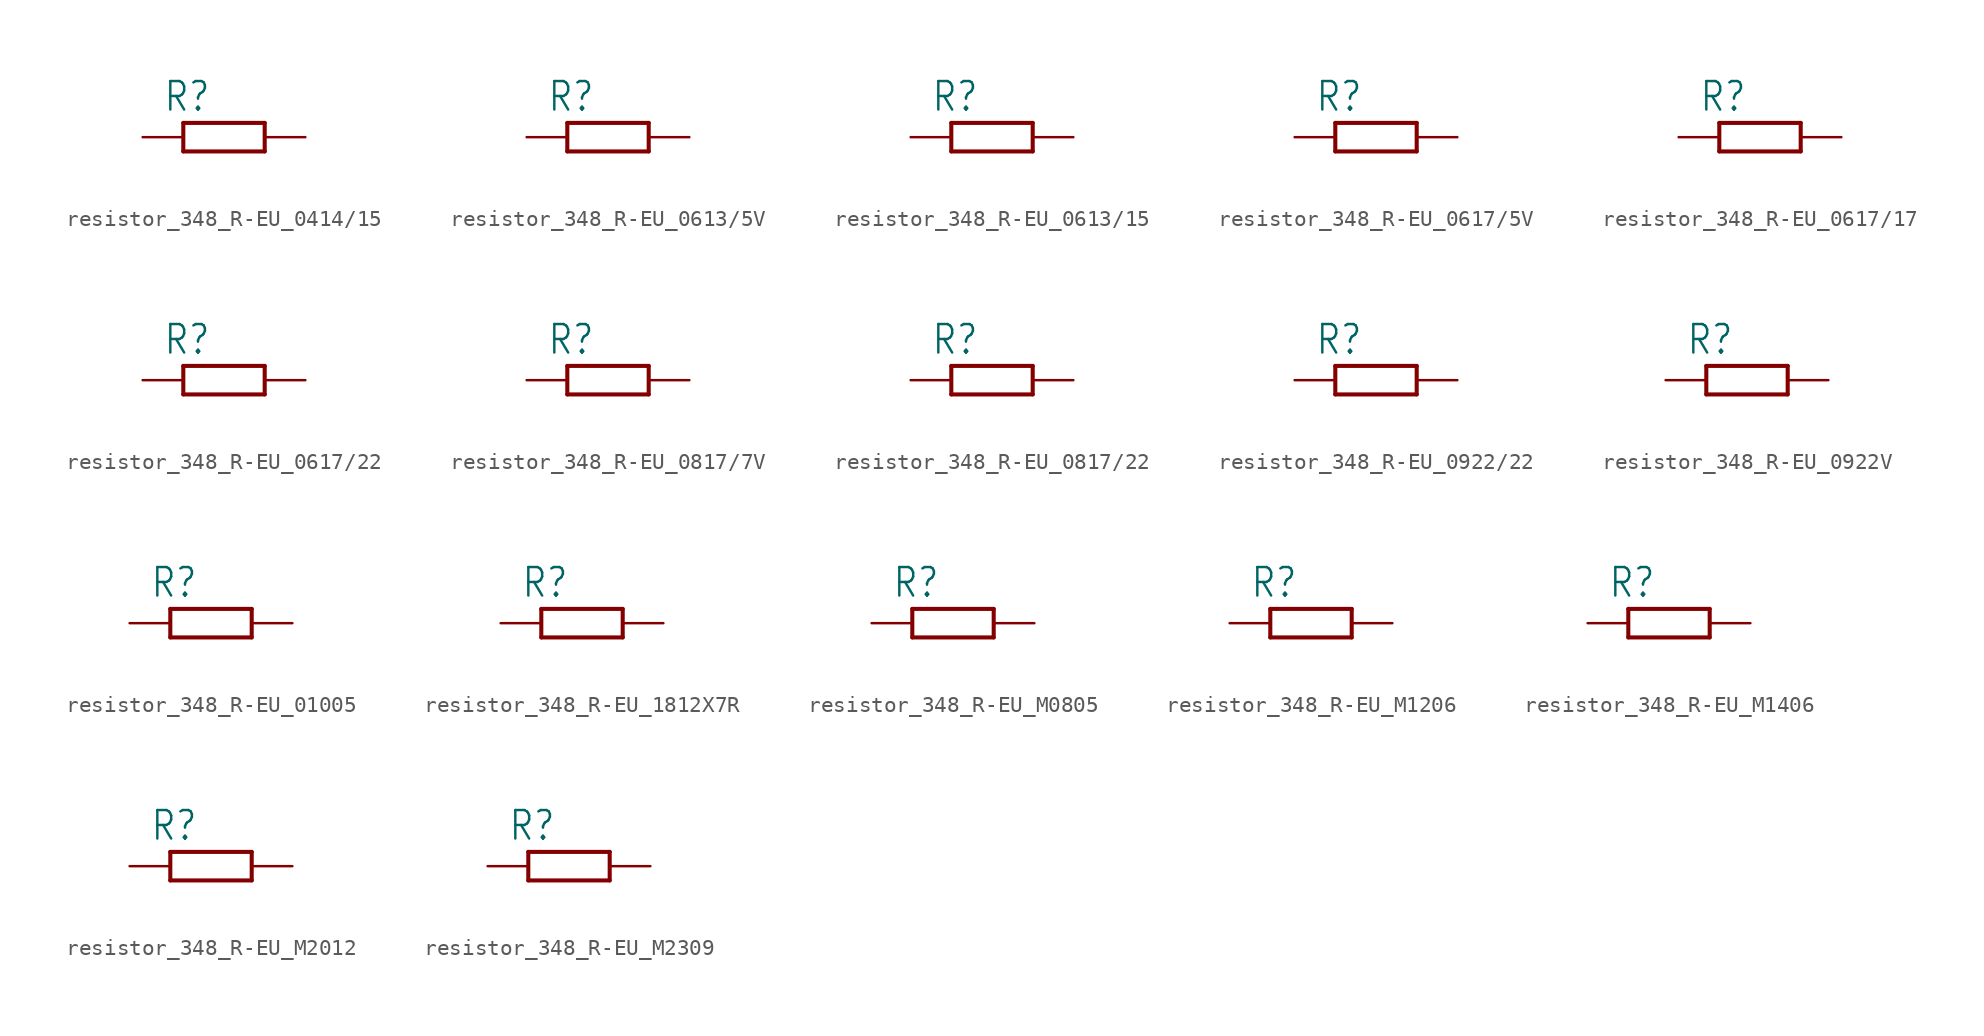
<source format=kicad_sym>
(kicad_symbol_lib
  (version 20241209)
  (generator "kicad_symbol_editor")
  (generator_version "9.0")
  (symbol "resistor_348_R-EU_0414/15"
    (property "Reference" "R"
      (at -3.81 1.499 0)
      (effects (font (size 1.778 1.511)) (justify left bottom)))
    (property "Value" ""
      (at -3.81 -3.302 0)
      (effects (font (size 1.778 1.511)) (justify left bottom)))
    (property "ki_locked" ""
      (at 0 0 0)
      (effects (font (size 1.27 1.27))))
    (symbol "resistor_348_R-EU_0414/15_1_0"
      (polyline (pts (xy -2.54 -0.889) (xy -2.54 0.889)) (stroke (width 0.254) (type solid)) (fill (type none)))
      (polyline (pts (xy -2.54 -0.889) (xy 2.54 -0.889)) (stroke (width 0.254) (type solid)) (fill (type none)))
      (polyline (pts (xy 2.54 0.889) (xy -2.54 0.889)) (stroke (width 0.254) (type solid)) (fill (type none)))
      (polyline (pts (xy 2.54 -0.889) (xy 2.54 0.889)) (stroke (width 0.254) (type solid)) (fill (type none)))
      (pin passive line (at -5.08 0 0) (length 2.54) (name "1" (effects (font (size 0 0)))) (number "1" (effects (font (size 0 0)))))
      (pin passive line (at 5.08 0 180) (length 2.54) (name "2" (effects (font (size 0 0)))) (number "2" (effects (font (size 0 0)))))))
  (symbol "resistor_348_R-EU_0613/5V"
    (property "Reference" "R"
      (at -3.81 1.499 0)
      (effects (font (size 1.778 1.511)) (justify left bottom)))
    (property "Value" ""
      (at -3.81 -3.302 0)
      (effects (font (size 1.778 1.511)) (justify left bottom)))
    (property "ki_locked" ""
      (at 0 0 0)
      (effects (font (size 1.27 1.27))))
    (symbol "resistor_348_R-EU_0613/5V_1_0"
      (polyline (pts (xy -2.54 -0.889) (xy -2.54 0.889)) (stroke (width 0.254) (type solid)) (fill (type none)))
      (polyline (pts (xy -2.54 -0.889) (xy 2.54 -0.889)) (stroke (width 0.254) (type solid)) (fill (type none)))
      (polyline (pts (xy 2.54 0.889) (xy -2.54 0.889)) (stroke (width 0.254) (type solid)) (fill (type none)))
      (polyline (pts (xy 2.54 -0.889) (xy 2.54 0.889)) (stroke (width 0.254) (type solid)) (fill (type none)))
      (pin passive line (at -5.08 0 0) (length 2.54) (name "1" (effects (font (size 0 0)))) (number "1" (effects (font (size 0 0)))))
      (pin passive line (at 5.08 0 180) (length 2.54) (name "2" (effects (font (size 0 0)))) (number "2" (effects (font (size 0 0)))))))
  (symbol "resistor_348_R-EU_0613/15"
    (property "Reference" "R"
      (at -3.81 1.499 0)
      (effects (font (size 1.778 1.511)) (justify left bottom)))
    (property "Value" ""
      (at -3.81 -3.302 0)
      (effects (font (size 1.778 1.511)) (justify left bottom)))
    (property "ki_locked" ""
      (at 0 0 0)
      (effects (font (size 1.27 1.27))))
    (symbol "resistor_348_R-EU_0613/15_1_0"
      (polyline (pts (xy -2.54 -0.889) (xy -2.54 0.889)) (stroke (width 0.254) (type solid)) (fill (type none)))
      (polyline (pts (xy -2.54 -0.889) (xy 2.54 -0.889)) (stroke (width 0.254) (type solid)) (fill (type none)))
      (polyline (pts (xy 2.54 0.889) (xy -2.54 0.889)) (stroke (width 0.254) (type solid)) (fill (type none)))
      (polyline (pts (xy 2.54 -0.889) (xy 2.54 0.889)) (stroke (width 0.254) (type solid)) (fill (type none)))
      (pin passive line (at -5.08 0 0) (length 2.54) (name "1" (effects (font (size 0 0)))) (number "1" (effects (font (size 0 0)))))
      (pin passive line (at 5.08 0 180) (length 2.54) (name "2" (effects (font (size 0 0)))) (number "2" (effects (font (size 0 0)))))))
  (symbol "resistor_348_R-EU_0617/5V"
    (property "Reference" "R"
      (at -3.81 1.499 0)
      (effects (font (size 1.778 1.511)) (justify left bottom)))
    (property "Value" ""
      (at -3.81 -3.302 0)
      (effects (font (size 1.778 1.511)) (justify left bottom)))
    (property "ki_locked" ""
      (at 0 0 0)
      (effects (font (size 1.27 1.27))))
    (symbol "resistor_348_R-EU_0617/5V_1_0"
      (polyline (pts (xy -2.54 -0.889) (xy -2.54 0.889)) (stroke (width 0.254) (type solid)) (fill (type none)))
      (polyline (pts (xy -2.54 -0.889) (xy 2.54 -0.889)) (stroke (width 0.254) (type solid)) (fill (type none)))
      (polyline (pts (xy 2.54 0.889) (xy -2.54 0.889)) (stroke (width 0.254) (type solid)) (fill (type none)))
      (polyline (pts (xy 2.54 -0.889) (xy 2.54 0.889)) (stroke (width 0.254) (type solid)) (fill (type none)))
      (pin passive line (at -5.08 0 0) (length 2.54) (name "1" (effects (font (size 0 0)))) (number "1" (effects (font (size 0 0)))))
      (pin passive line (at 5.08 0 180) (length 2.54) (name "2" (effects (font (size 0 0)))) (number "2" (effects (font (size 0 0)))))))
  (symbol "resistor_348_R-EU_0617/17"
    (property "Reference" "R"
      (at -3.81 1.499 0)
      (effects (font (size 1.778 1.511)) (justify left bottom)))
    (property "Value" ""
      (at -3.81 -3.302 0)
      (effects (font (size 1.778 1.511)) (justify left bottom)))
    (property "ki_locked" ""
      (at 0 0 0)
      (effects (font (size 1.27 1.27))))
    (symbol "resistor_348_R-EU_0617/17_1_0"
      (polyline (pts (xy -2.54 -0.889) (xy -2.54 0.889)) (stroke (width 0.254) (type solid)) (fill (type none)))
      (polyline (pts (xy -2.54 -0.889) (xy 2.54 -0.889)) (stroke (width 0.254) (type solid)) (fill (type none)))
      (polyline (pts (xy 2.54 0.889) (xy -2.54 0.889)) (stroke (width 0.254) (type solid)) (fill (type none)))
      (polyline (pts (xy 2.54 -0.889) (xy 2.54 0.889)) (stroke (width 0.254) (type solid)) (fill (type none)))
      (pin passive line (at -5.08 0 0) (length 2.54) (name "1" (effects (font (size 0 0)))) (number "1" (effects (font (size 0 0)))))
      (pin passive line (at 5.08 0 180) (length 2.54) (name "2" (effects (font (size 0 0)))) (number "2" (effects (font (size 0 0)))))))
  (symbol "resistor_348_R-EU_0617/22"
    (property "Reference" "R"
      (at -3.81 1.499 0)
      (effects (font (size 1.778 1.511)) (justify left bottom)))
    (property "Value" ""
      (at -3.81 -3.302 0)
      (effects (font (size 1.778 1.511)) (justify left bottom)))
    (property "ki_locked" ""
      (at 0 0 0)
      (effects (font (size 1.27 1.27))))
    (symbol "resistor_348_R-EU_0617/22_1_0"
      (polyline (pts (xy -2.54 -0.889) (xy -2.54 0.889)) (stroke (width 0.254) (type solid)) (fill (type none)))
      (polyline (pts (xy -2.54 -0.889) (xy 2.54 -0.889)) (stroke (width 0.254) (type solid)) (fill (type none)))
      (polyline (pts (xy 2.54 0.889) (xy -2.54 0.889)) (stroke (width 0.254) (type solid)) (fill (type none)))
      (polyline (pts (xy 2.54 -0.889) (xy 2.54 0.889)) (stroke (width 0.254) (type solid)) (fill (type none)))
      (pin passive line (at -5.08 0 0) (length 2.54) (name "1" (effects (font (size 0 0)))) (number "1" (effects (font (size 0 0)))))
      (pin passive line (at 5.08 0 180) (length 2.54) (name "2" (effects (font (size 0 0)))) (number "2" (effects (font (size 0 0)))))))
  (symbol "resistor_348_R-EU_0817/7V"
    (property "Reference" "R"
      (at -3.81 1.499 0)
      (effects (font (size 1.778 1.511)) (justify left bottom)))
    (property "Value" ""
      (at -3.81 -3.302 0)
      (effects (font (size 1.778 1.511)) (justify left bottom)))
    (property "ki_locked" ""
      (at 0 0 0)
      (effects (font (size 1.27 1.27))))
    (symbol "resistor_348_R-EU_0817/7V_1_0"
      (polyline (pts (xy -2.54 -0.889) (xy -2.54 0.889)) (stroke (width 0.254) (type solid)) (fill (type none)))
      (polyline (pts (xy -2.54 -0.889) (xy 2.54 -0.889)) (stroke (width 0.254) (type solid)) (fill (type none)))
      (polyline (pts (xy 2.54 0.889) (xy -2.54 0.889)) (stroke (width 0.254) (type solid)) (fill (type none)))
      (polyline (pts (xy 2.54 -0.889) (xy 2.54 0.889)) (stroke (width 0.254) (type solid)) (fill (type none)))
      (pin passive line (at -5.08 0 0) (length 2.54) (name "1" (effects (font (size 0 0)))) (number "1" (effects (font (size 0 0)))))
      (pin passive line (at 5.08 0 180) (length 2.54) (name "2" (effects (font (size 0 0)))) (number "2" (effects (font (size 0 0)))))))
  (symbol "resistor_348_R-EU_0817/22"
    (property "Reference" "R"
      (at -3.81 1.499 0)
      (effects (font (size 1.778 1.511)) (justify left bottom)))
    (property "Value" ""
      (at -3.81 -3.302 0)
      (effects (font (size 1.778 1.511)) (justify left bottom)))
    (property "ki_locked" ""
      (at 0 0 0)
      (effects (font (size 1.27 1.27))))
    (symbol "resistor_348_R-EU_0817/22_1_0"
      (polyline (pts (xy -2.54 -0.889) (xy -2.54 0.889)) (stroke (width 0.254) (type solid)) (fill (type none)))
      (polyline (pts (xy -2.54 -0.889) (xy 2.54 -0.889)) (stroke (width 0.254) (type solid)) (fill (type none)))
      (polyline (pts (xy 2.54 0.889) (xy -2.54 0.889)) (stroke (width 0.254) (type solid)) (fill (type none)))
      (polyline (pts (xy 2.54 -0.889) (xy 2.54 0.889)) (stroke (width 0.254) (type solid)) (fill (type none)))
      (pin passive line (at -5.08 0 0) (length 2.54) (name "1" (effects (font (size 0 0)))) (number "1" (effects (font (size 0 0)))))
      (pin passive line (at 5.08 0 180) (length 2.54) (name "2" (effects (font (size 0 0)))) (number "2" (effects (font (size 0 0)))))))
  (symbol "resistor_348_R-EU_0922/22"
    (property "Reference" "R"
      (at -3.81 1.499 0)
      (effects (font (size 1.778 1.511)) (justify left bottom)))
    (property "Value" ""
      (at -3.81 -3.302 0)
      (effects (font (size 1.778 1.511)) (justify left bottom)))
    (property "ki_locked" ""
      (at 0 0 0)
      (effects (font (size 1.27 1.27))))
    (symbol "resistor_348_R-EU_0922/22_1_0"
      (polyline (pts (xy -2.54 -0.889) (xy -2.54 0.889)) (stroke (width 0.254) (type solid)) (fill (type none)))
      (polyline (pts (xy -2.54 -0.889) (xy 2.54 -0.889)) (stroke (width 0.254) (type solid)) (fill (type none)))
      (polyline (pts (xy 2.54 0.889) (xy -2.54 0.889)) (stroke (width 0.254) (type solid)) (fill (type none)))
      (polyline (pts (xy 2.54 -0.889) (xy 2.54 0.889)) (stroke (width 0.254) (type solid)) (fill (type none)))
      (pin passive line (at -5.08 0 0) (length 2.54) (name "1" (effects (font (size 0 0)))) (number "1" (effects (font (size 0 0)))))
      (pin passive line (at 5.08 0 180) (length 2.54) (name "2" (effects (font (size 0 0)))) (number "2" (effects (font (size 0 0)))))))
  (symbol "resistor_348_R-EU_0922V"
    (property "Reference" "R"
      (at -3.81 1.499 0)
      (effects (font (size 1.778 1.511)) (justify left bottom)))
    (property "Value" ""
      (at -3.81 -3.302 0)
      (effects (font (size 1.778 1.511)) (justify left bottom)))
    (property "ki_locked" ""
      (at 0 0 0)
      (effects (font (size 1.27 1.27))))
    (symbol "resistor_348_R-EU_0922V_1_0"
      (polyline (pts (xy -2.54 -0.889) (xy -2.54 0.889)) (stroke (width 0.254) (type solid)) (fill (type none)))
      (polyline (pts (xy -2.54 -0.889) (xy 2.54 -0.889)) (stroke (width 0.254) (type solid)) (fill (type none)))
      (polyline (pts (xy 2.54 0.889) (xy -2.54 0.889)) (stroke (width 0.254) (type solid)) (fill (type none)))
      (polyline (pts (xy 2.54 -0.889) (xy 2.54 0.889)) (stroke (width 0.254) (type solid)) (fill (type none)))
      (pin passive line (at -5.08 0 0) (length 2.54) (name "1" (effects (font (size 0 0)))) (number "1" (effects (font (size 0 0)))))
      (pin passive line (at 5.08 0 180) (length 2.54) (name "2" (effects (font (size 0 0)))) (number "2" (effects (font (size 0 0)))))))
  (symbol "resistor_348_R-EU_01005"
    (property "Reference" "R"
      (at -3.81 1.499 0)
      (effects (font (size 1.778 1.511)) (justify left bottom)))
    (property "Value" ""
      (at -3.81 -3.302 0)
      (effects (font (size 1.778 1.511)) (justify left bottom)))
    (property "ki_locked" ""
      (at 0 0 0)
      (effects (font (size 1.27 1.27))))
    (symbol "resistor_348_R-EU_01005_1_0"
      (polyline (pts (xy -2.54 -0.889) (xy -2.54 0.889)) (stroke (width 0.254) (type solid)) (fill (type none)))
      (polyline (pts (xy -2.54 -0.889) (xy 2.54 -0.889)) (stroke (width 0.254) (type solid)) (fill (type none)))
      (polyline (pts (xy 2.54 0.889) (xy -2.54 0.889)) (stroke (width 0.254) (type solid)) (fill (type none)))
      (polyline (pts (xy 2.54 -0.889) (xy 2.54 0.889)) (stroke (width 0.254) (type solid)) (fill (type none)))
      (pin passive line (at -5.08 0 0) (length 2.54) (name "1" (effects (font (size 0 0)))) (number "1" (effects (font (size 0 0)))))
      (pin passive line (at 5.08 0 180) (length 2.54) (name "2" (effects (font (size 0 0)))) (number "2" (effects (font (size 0 0)))))))
  (symbol "resistor_348_R-EU_1812X7R"
    (property "Reference" "R"
      (at -3.81 1.499 0)
      (effects (font (size 1.778 1.511)) (justify left bottom)))
    (property "Value" ""
      (at -3.81 -3.302 0)
      (effects (font (size 1.778 1.511)) (justify left bottom)))
    (property "ki_locked" ""
      (at 0 0 0)
      (effects (font (size 1.27 1.27))))
    (symbol "resistor_348_R-EU_1812X7R_1_0"
      (polyline (pts (xy -2.54 -0.889) (xy -2.54 0.889)) (stroke (width 0.254) (type solid)) (fill (type none)))
      (polyline (pts (xy -2.54 -0.889) (xy 2.54 -0.889)) (stroke (width 0.254) (type solid)) (fill (type none)))
      (polyline (pts (xy 2.54 0.889) (xy -2.54 0.889)) (stroke (width 0.254) (type solid)) (fill (type none)))
      (polyline (pts (xy 2.54 -0.889) (xy 2.54 0.889)) (stroke (width 0.254) (type solid)) (fill (type none)))
      (pin passive line (at -5.08 0 0) (length 2.54) (name "1" (effects (font (size 0 0)))) (number "1" (effects (font (size 0 0)))))
      (pin passive line (at 5.08 0 180) (length 2.54) (name "2" (effects (font (size 0 0)))) (number "2" (effects (font (size 0 0)))))))
  (symbol "resistor_348_R-EU_M0805"
    (property "Reference" "R"
      (at -3.81 1.499 0)
      (effects (font (size 1.778 1.511)) (justify left bottom)))
    (property "Value" ""
      (at -3.81 -3.302 0)
      (effects (font (size 1.778 1.511)) (justify left bottom)))
    (property "ki_locked" ""
      (at 0 0 0)
      (effects (font (size 1.27 1.27))))
    (symbol "resistor_348_R-EU_M0805_1_0"
      (polyline (pts (xy -2.54 -0.889) (xy -2.54 0.889)) (stroke (width 0.254) (type solid)) (fill (type none)))
      (polyline (pts (xy -2.54 -0.889) (xy 2.54 -0.889)) (stroke (width 0.254) (type solid)) (fill (type none)))
      (polyline (pts (xy 2.54 0.889) (xy -2.54 0.889)) (stroke (width 0.254) (type solid)) (fill (type none)))
      (polyline (pts (xy 2.54 -0.889) (xy 2.54 0.889)) (stroke (width 0.254) (type solid)) (fill (type none)))
      (pin passive line (at -5.08 0 0) (length 2.54) (name "1" (effects (font (size 0 0)))) (number "1" (effects (font (size 0 0)))))
      (pin passive line (at 5.08 0 180) (length 2.54) (name "2" (effects (font (size 0 0)))) (number "2" (effects (font (size 0 0)))))))
  (symbol "resistor_348_R-EU_M1206"
    (property "Reference" "R"
      (at -3.81 1.499 0)
      (effects (font (size 1.778 1.511)) (justify left bottom)))
    (property "Value" ""
      (at -3.81 -3.302 0)
      (effects (font (size 1.778 1.511)) (justify left bottom)))
    (property "ki_locked" ""
      (at 0 0 0)
      (effects (font (size 1.27 1.27))))
    (symbol "resistor_348_R-EU_M1206_1_0"
      (polyline (pts (xy -2.54 -0.889) (xy -2.54 0.889)) (stroke (width 0.254) (type solid)) (fill (type none)))
      (polyline (pts (xy -2.54 -0.889) (xy 2.54 -0.889)) (stroke (width 0.254) (type solid)) (fill (type none)))
      (polyline (pts (xy 2.54 0.889) (xy -2.54 0.889)) (stroke (width 0.254) (type solid)) (fill (type none)))
      (polyline (pts (xy 2.54 -0.889) (xy 2.54 0.889)) (stroke (width 0.254) (type solid)) (fill (type none)))
      (pin passive line (at -5.08 0 0) (length 2.54) (name "1" (effects (font (size 0 0)))) (number "1" (effects (font (size 0 0)))))
      (pin passive line (at 5.08 0 180) (length 2.54) (name "2" (effects (font (size 0 0)))) (number "2" (effects (font (size 0 0)))))))
  (symbol "resistor_348_R-EU_M1406"
    (property "Reference" "R"
      (at -3.81 1.499 0)
      (effects (font (size 1.778 1.511)) (justify left bottom)))
    (property "Value" ""
      (at -3.81 -3.302 0)
      (effects (font (size 1.778 1.511)) (justify left bottom)))
    (property "ki_locked" ""
      (at 0 0 0)
      (effects (font (size 1.27 1.27))))
    (symbol "resistor_348_R-EU_M1406_1_0"
      (polyline (pts (xy -2.54 -0.889) (xy -2.54 0.889)) (stroke (width 0.254) (type solid)) (fill (type none)))
      (polyline (pts (xy -2.54 -0.889) (xy 2.54 -0.889)) (stroke (width 0.254) (type solid)) (fill (type none)))
      (polyline (pts (xy 2.54 0.889) (xy -2.54 0.889)) (stroke (width 0.254) (type solid)) (fill (type none)))
      (polyline (pts (xy 2.54 -0.889) (xy 2.54 0.889)) (stroke (width 0.254) (type solid)) (fill (type none)))
      (pin passive line (at -5.08 0 0) (length 2.54) (name "1" (effects (font (size 0 0)))) (number "1" (effects (font (size 0 0)))))
      (pin passive line (at 5.08 0 180) (length 2.54) (name "2" (effects (font (size 0 0)))) (number "2" (effects (font (size 0 0)))))))
  (symbol "resistor_348_R-EU_M2012"
    (property "Reference" "R"
      (at -3.81 1.499 0)
      (effects (font (size 1.778 1.511)) (justify left bottom)))
    (property "Value" ""
      (at -3.81 -3.302 0)
      (effects (font (size 1.778 1.511)) (justify left bottom)))
    (property "ki_locked" ""
      (at 0 0 0)
      (effects (font (size 1.27 1.27))))
    (symbol "resistor_348_R-EU_M2012_1_0"
      (polyline (pts (xy -2.54 -0.889) (xy -2.54 0.889)) (stroke (width 0.254) (type solid)) (fill (type none)))
      (polyline (pts (xy -2.54 -0.889) (xy 2.54 -0.889)) (stroke (width 0.254) (type solid)) (fill (type none)))
      (polyline (pts (xy 2.54 0.889) (xy -2.54 0.889)) (stroke (width 0.254) (type solid)) (fill (type none)))
      (polyline (pts (xy 2.54 -0.889) (xy 2.54 0.889)) (stroke (width 0.254) (type solid)) (fill (type none)))
      (pin passive line (at -5.08 0 0) (length 2.54) (name "1" (effects (font (size 0 0)))) (number "1" (effects (font (size 0 0)))))
      (pin passive line (at 5.08 0 180) (length 2.54) (name "2" (effects (font (size 0 0)))) (number "2" (effects (font (size 0 0)))))))
  (symbol "resistor_348_R-EU_M2309"
    (property "Reference" "R"
      (at -3.81 1.499 0)
      (effects (font (size 1.778 1.511)) (justify left bottom)))
    (property "Value" ""
      (at -3.81 -3.302 0)
      (effects (font (size 1.778 1.511)) (justify left bottom)))
    (property "ki_locked" ""
      (at 0 0 0)
      (effects (font (size 1.27 1.27))))
    (symbol "resistor_348_R-EU_M2309_1_0"
      (polyline (pts (xy -2.54 -0.889) (xy -2.54 0.889)) (stroke (width 0.254) (type solid)) (fill (type none)))
      (polyline (pts (xy -2.54 -0.889) (xy 2.54 -0.889)) (stroke (width 0.254) (type solid)) (fill (type none)))
      (polyline (pts (xy 2.54 0.889) (xy -2.54 0.889)) (stroke (width 0.254) (type solid)) (fill (type none)))
      (polyline (pts (xy 2.54 -0.889) (xy 2.54 0.889)) (stroke (width 0.254) (type solid)) (fill (type none)))
      (pin passive line (at -5.08 0 0) (length 2.54) (name "1" (effects (font (size 0 0)))) (number "1" (effects (font (size 0 0)))))
      (pin passive line (at 5.08 0 180) (length 2.54) (name "2" (effects (font (size 0 0)))) (number "2" (effects (font (size 0 0))))))))
</source>
